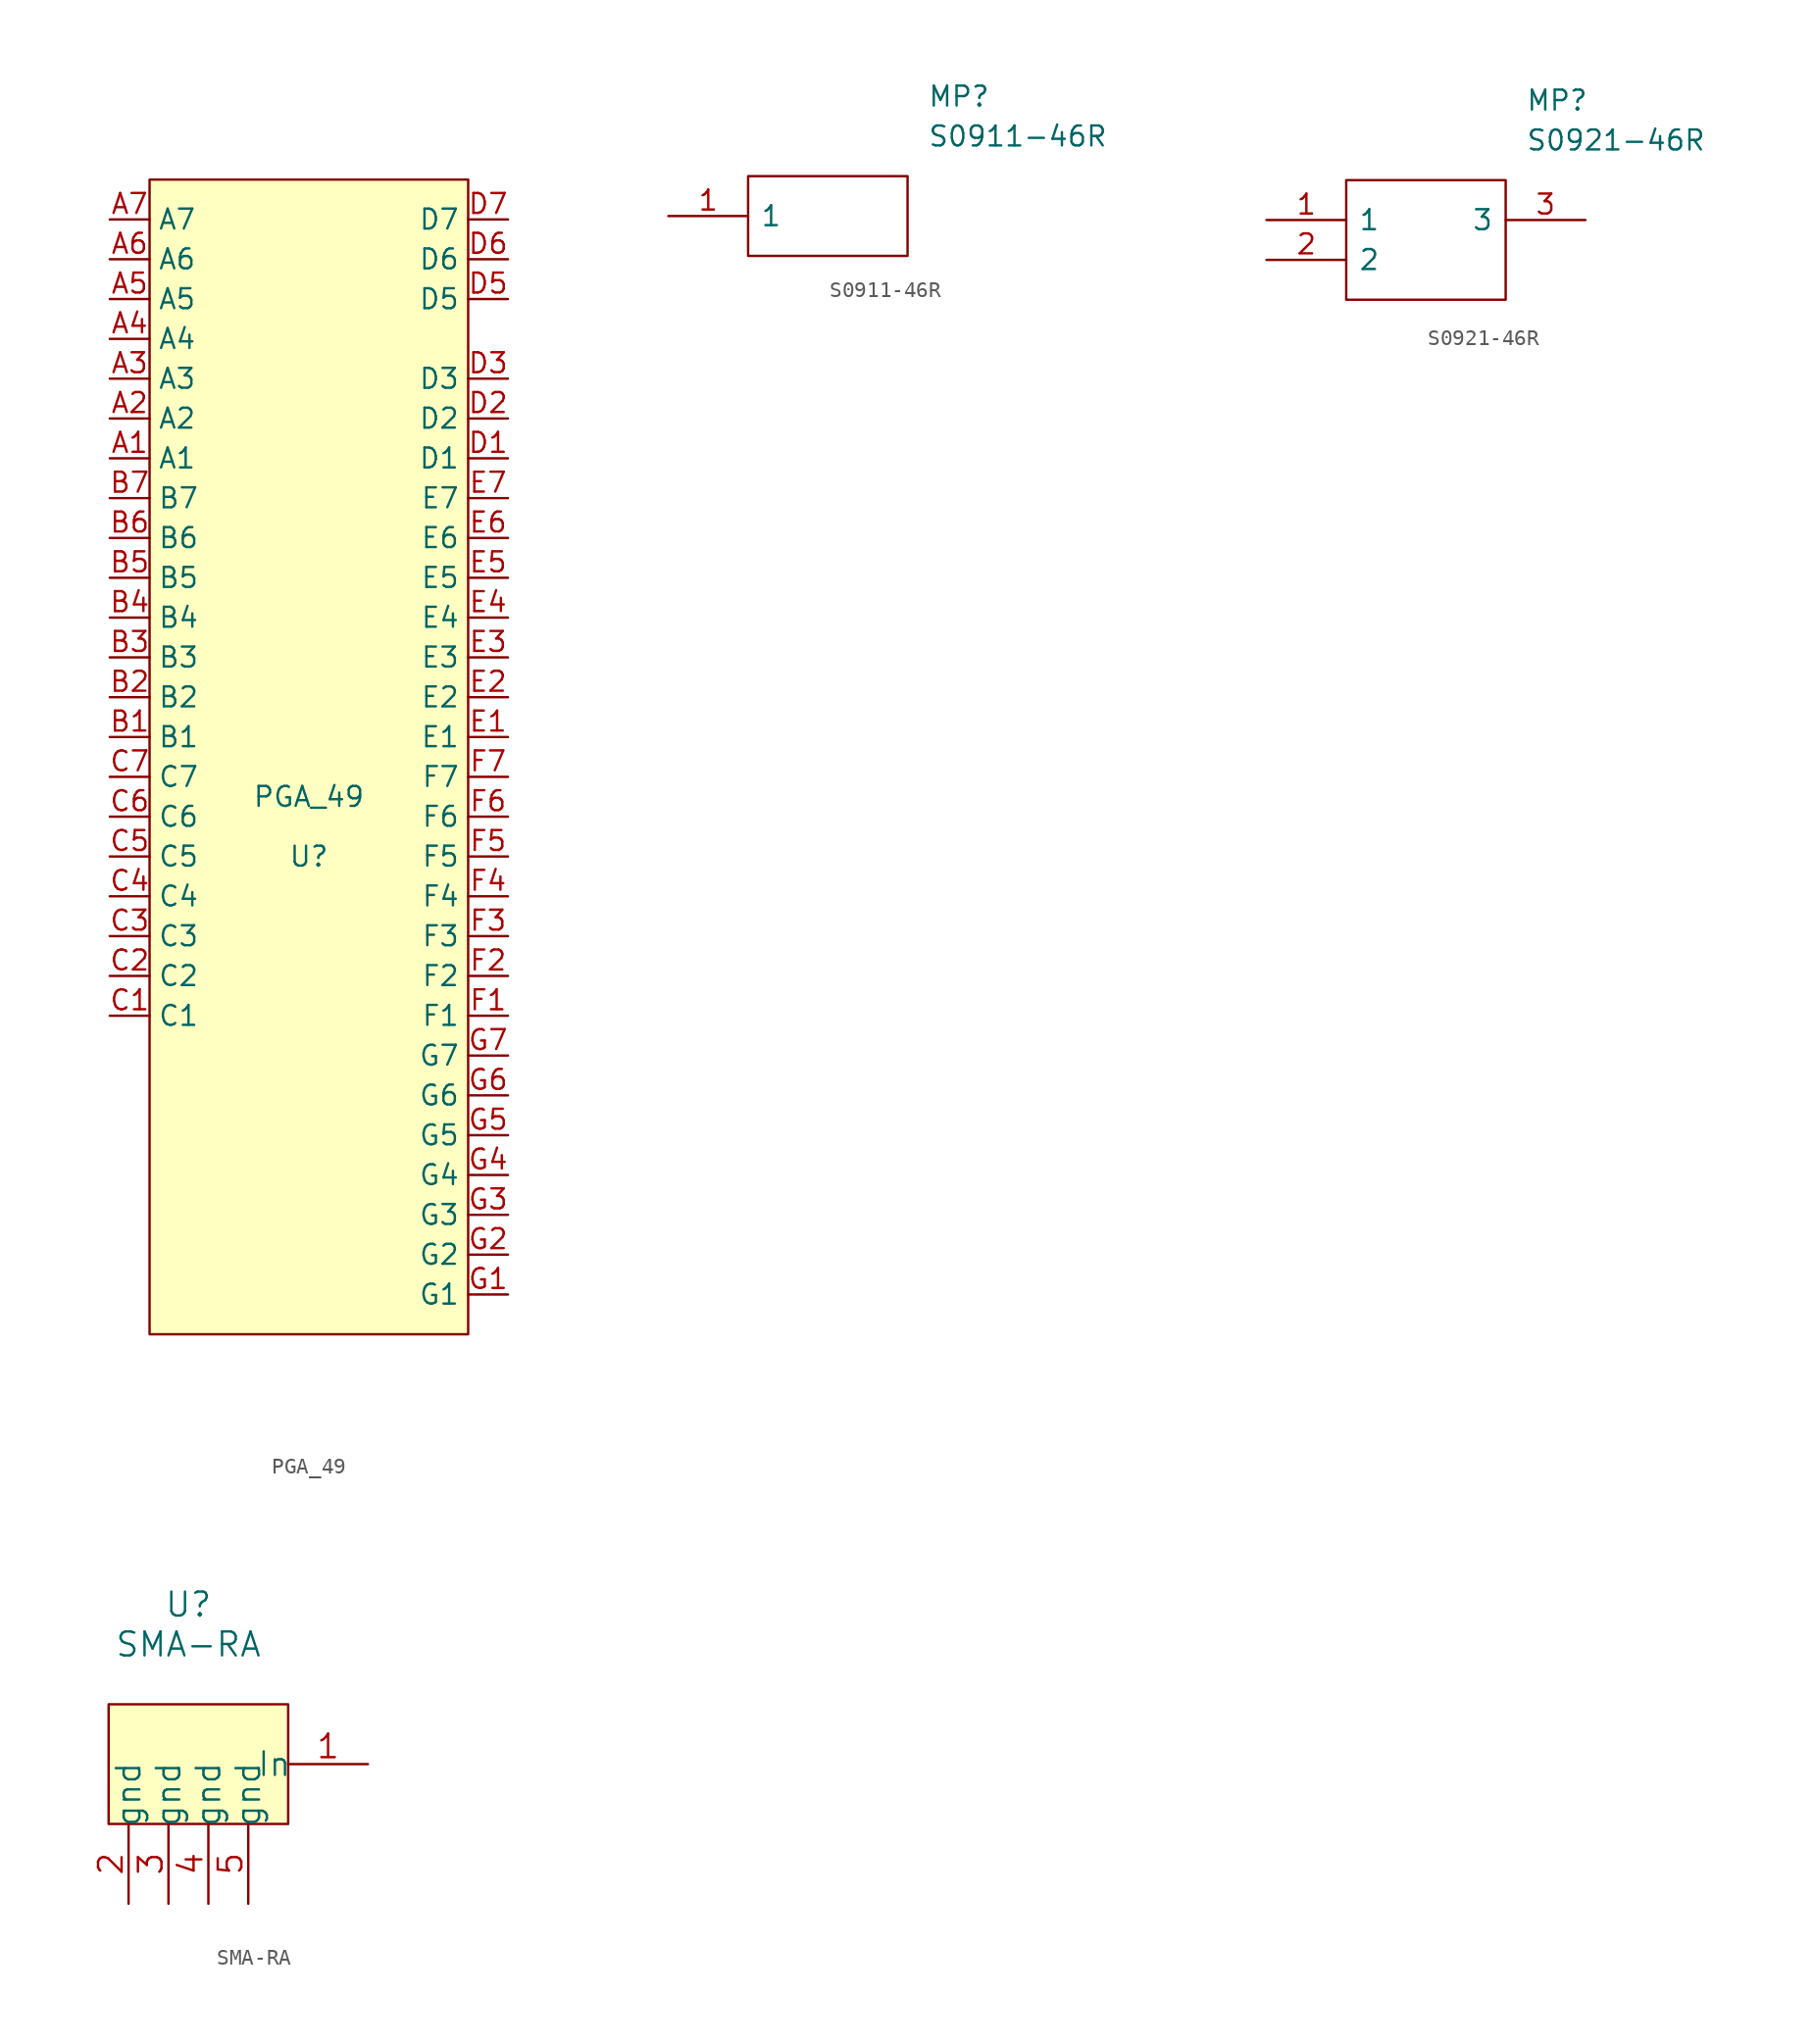
<source format=kicad_sym>
(kicad_symbol_lib
  (version 20211014)
  (generator kicad_symbol_editor)
  (symbol "PGA_49"
    (property "Reference" "U"
      (at 12.7 38.1 0)
      (effects (font (size 1.27 1.27))))
    (property "Value" "PGA_49"
      (at 12.7 41.91 0)
      (effects (font (size 1.27 1.27))))
    (symbol "PGA_49_0_0"
      (pin passive line (at 0 45.72 0) (length 2.54) (name "B1" (effects (font (size 1.27 1.27)))) (number "B1" (effects (font (size 1.27 1.27)))))
      (pin passive line (at 0 48.26 0) (length 2.54) (name "B2" (effects (font (size 1.27 1.27)))) (number "B2" (effects (font (size 1.27 1.27)))))
      (pin passive line (at 0 50.8 0) (length 2.54) (name "B3" (effects (font (size 1.27 1.27)))) (number "B3" (effects (font (size 1.27 1.27)))))
      (pin passive line (at 0 53.34 0) (length 2.54) (name "B4" (effects (font (size 1.27 1.27)))) (number "B4" (effects (font (size 1.27 1.27)))))
      (pin passive line (at 0 55.88 0) (length 2.54) (name "B5" (effects (font (size 1.27 1.27)))) (number "B5" (effects (font (size 1.27 1.27)))))
      (pin passive line (at 0 58.42 0) (length 2.54) (name "B6" (effects (font (size 1.27 1.27)))) (number "B6" (effects (font (size 1.27 1.27)))))
      (pin passive line (at 0 40.64 0) (length 2.54) (name "C6" (effects (font (size 1.27 1.27)))) (number "C6" (effects (font (size 1.27 1.27)))))
      (pin passive line (at 0 43.18 0) (length 2.54) (name "C7" (effects (font (size 1.27 1.27)))) (number "C7" (effects (font (size 1.27 1.27)))))
      (pin passive line (at 25.4 63.5 180) (length 2.54) (name "D1" (effects (font (size 1.27 1.27)))) (number "D1" (effects (font (size 1.27 1.27)))))
      (pin passive line (at 25.4 66.04 180) (length 2.54) (name "D2" (effects (font (size 1.27 1.27)))) (number "D2" (effects (font (size 1.27 1.27)))))
      (pin passive line (at 25.4 68.58 180) (length 2.54) (name "D3" (effects (font (size 1.27 1.27)))) (number "D3" (effects (font (size 1.27 1.27)))))
      (pin passive line (at 25.4 73.66 180) (length 2.54) (name "D5" (effects (font (size 1.27 1.27)))) (number "D5" (effects (font (size 1.27 1.27)))))
      (pin passive line (at 25.4 45.72 180) (length 2.54) (name "E1" (effects (font (size 1.27 1.27)))) (number "E1" (effects (font (size 1.27 1.27)))))
      (pin passive line (at 25.4 48.26 180) (length 2.54) (name "E2" (effects (font (size 1.27 1.27)))) (number "E2" (effects (font (size 1.27 1.27)))))
      (pin passive line (at 25.4 50.8 180) (length 2.54) (name "E3" (effects (font (size 1.27 1.27)))) (number "E3" (effects (font (size 1.27 1.27)))))
      (pin passive line (at 25.4 53.34 180) (length 2.54) (name "E4" (effects (font (size 1.27 1.27)))) (number "E4" (effects (font (size 1.27 1.27)))))
      (pin passive line (at 25.4 55.88 180) (length 2.54) (name "E5" (effects (font (size 1.27 1.27)))) (number "E5" (effects (font (size 1.27 1.27)))))
      (pin passive line (at 25.4 58.42 180) (length 2.54) (name "E6" (effects (font (size 1.27 1.27)))) (number "E6" (effects (font (size 1.27 1.27)))))
      (pin passive line (at 25.4 60.96 180) (length 2.54) (name "E7" (effects (font (size 1.27 1.27)))) (number "E7" (effects (font (size 1.27 1.27)))))
      (pin passive line (at 25.4 27.94 180) (length 2.54) (name "F1" (effects (font (size 1.27 1.27)))) (number "F1" (effects (font (size 1.27 1.27)))))
      (pin passive line (at 25.4 30.48 180) (length 2.54) (name "F2" (effects (font (size 1.27 1.27)))) (number "F2" (effects (font (size 1.27 1.27)))))
      (pin passive line (at 25.4 33.02 180) (length 2.54) (name "F3" (effects (font (size 1.27 1.27)))) (number "F3" (effects (font (size 1.27 1.27)))))
      (pin passive line (at 25.4 35.56 180) (length 2.54) (name "F4" (effects (font (size 1.27 1.27)))) (number "F4" (effects (font (size 1.27 1.27)))))
      (pin passive line (at 25.4 38.1 180) (length 2.54) (name "F5" (effects (font (size 1.27 1.27)))) (number "F5" (effects (font (size 1.27 1.27)))))
      (pin passive line (at 25.4 40.64 180) (length 2.54) (name "F6" (effects (font (size 1.27 1.27)))) (number "F6" (effects (font (size 1.27 1.27)))))
      (pin passive line (at 25.4 43.18 180) (length 2.54) (name "F7" (effects (font (size 1.27 1.27)))) (number "F7" (effects (font (size 1.27 1.27)))))
      (pin passive line (at 25.4 22.86 180) (length 2.54) (name "G6" (effects (font (size 1.27 1.27)))) (number "G6" (effects (font (size 1.27 1.27)))))
      (pin passive line (at 25.4 25.4 180) (length 2.54) (name "G7" (effects (font (size 1.27 1.27)))) (number "G7" (effects (font (size 1.27 1.27))))))
    (symbol "PGA_49_0_1"
      (rectangle (start 2.54 81.28) (end 22.86 7.62) (stroke (width 0.152) (type default) (color 0 0 0 0)) (fill (type background))))
    (symbol "PGA_49_1_1"
      (pin passive line (at 0 63.5 0) (length 2.54) (name "A1" (effects (font (size 1.27 1.27)))) (number "A1" (effects (font (size 1.27 1.27)))))
      (pin passive line (at 0 66.04 0) (length 2.54) (name "A2" (effects (font (size 1.27 1.27)))) (number "A2" (effects (font (size 1.27 1.27)))))
      (pin passive line (at 0 68.58 0) (length 2.54) (name "A3" (effects (font (size 1.27 1.27)))) (number "A3" (effects (font (size 1.27 1.27)))))
      (pin passive line (at 0 71.12 0) (length 2.54) (name "A4" (effects (font (size 1.27 1.27)))) (number "A4" (effects (font (size 1.27 1.27)))))
      (pin passive line (at 0 73.66 0) (length 2.54) (name "A5" (effects (font (size 1.27 1.27)))) (number "A5" (effects (font (size 1.27 1.27)))))
      (pin passive line (at 0 76.2 0) (length 2.54) (name "A6" (effects (font (size 1.27 1.27)))) (number "A6" (effects (font (size 1.27 1.27)))))
      (pin passive line (at 0 78.74 0) (length 2.54) (name "A7" (effects (font (size 1.27 1.27)))) (number "A7" (effects (font (size 1.27 1.27)))))
      (pin passive line (at 0 60.96 0) (length 2.54) (name "B7" (effects (font (size 1.27 1.27)))) (number "B7" (effects (font (size 1.27 1.27)))))
      (pin passive line (at 0 27.94 0) (length 2.54) (name "C1" (effects (font (size 1.27 1.27)))) (number "C1" (effects (font (size 1.27 1.27)))))
      (pin passive line (at 0 30.48 0) (length 2.54) (name "C2" (effects (font (size 1.27 1.27)))) (number "C2" (effects (font (size 1.27 1.27)))))
      (pin passive line (at 0 33.02 0) (length 2.54) (name "C3" (effects (font (size 1.27 1.27)))) (number "C3" (effects (font (size 1.27 1.27)))))
      (pin passive line (at 0 35.56 0) (length 2.54) (name "C4" (effects (font (size 1.27 1.27)))) (number "C4" (effects (font (size 1.27 1.27)))))
      (pin passive line (at 0 38.1 0) (length 2.54) (name "C5" (effects (font (size 1.27 1.27)))) (number "C5" (effects (font (size 1.27 1.27)))))
      (pin passive line (at 25.4 76.2 180) (length 2.54) (name "D6" (effects (font (size 1.27 1.27)))) (number "D6" (effects (font (size 1.27 1.27)))))
      (pin passive line (at 25.4 78.74 180) (length 2.54) (name "D7" (effects (font (size 1.27 1.27)))) (number "D7" (effects (font (size 1.27 1.27)))))
      (pin passive line (at 25.4 10.16 180) (length 2.54) (name "G1" (effects (font (size 1.27 1.27)))) (number "G1" (effects (font (size 1.27 1.27)))))
      (pin passive line (at 25.4 12.7 180) (length 2.54) (name "G2" (effects (font (size 1.27 1.27)))) (number "G2" (effects (font (size 1.27 1.27)))))
      (pin passive line (at 25.4 15.24 180) (length 2.54) (name "G3" (effects (font (size 1.27 1.27)))) (number "G3" (effects (font (size 1.27 1.27)))))
      (pin passive line (at 25.4 17.78 180) (length 2.54) (name "G4" (effects (font (size 1.27 1.27)))) (number "G4" (effects (font (size 1.27 1.27)))))
      (pin passive line (at 25.4 20.32 180) (length 2.54) (name "G5" (effects (font (size 1.27 1.27)))) (number "G5" (effects (font (size 1.27 1.27)))))))
  (symbol "S0911-46R"
    (pin_names
      (offset 0.762))
    (property "Reference" "MP"
      (at 16.51 7.62 0)
      (effects (font (size 1.27 1.27)) (justify left)))
    (property "Value" "S0911-46R"
      (at 16.51 5.08 0)
      (effects (font (size 1.27 1.27)) (justify left)))
    (symbol "S0911-46R_0_0"
      (pin passive line (at 0 0 0) (length 5.08) (name "1" (effects (font (size 1.27 1.27)))) (number "1" (effects (font (size 1.27 1.27))))))
    (symbol "S0911-46R_0_1"
      (polyline (pts (xy 5.08 2.54) (xy 15.24 2.54) (xy 15.24 -2.54) (xy 5.08 -2.54) (xy 5.08 2.54)) (stroke (width 0.152) (type default) (color 0 0 0 0)) (fill (type none)))))
  (symbol "S0921-46R"
    (pin_names
      (offset 0.762))
    (property "Reference" "MP"
      (at 16.51 7.62 0)
      (effects (font (size 1.27 1.27)) (justify left)))
    (property "Value" "S0921-46R"
      (at 16.51 5.08 0)
      (effects (font (size 1.27 1.27)) (justify left)))
    (symbol "S0921-46R_0_0"
      (pin passive line (at 0 0 0) (length 5.08) (name "1" (effects (font (size 1.27 1.27)))) (number "1" (effects (font (size 1.27 1.27)))))
      (pin passive line (at 0 -2.54 0) (length 5.08) (name "2" (effects (font (size 1.27 1.27)))) (number "2" (effects (font (size 1.27 1.27)))))
      (pin passive line (at 20.32 0 180) (length 5.08) (name "3" (effects (font (size 1.27 1.27)))) (number "3" (effects (font (size 1.27 1.27))))))
    (symbol "S0921-46R_0_1"
      (polyline (pts (xy 5.08 2.54) (xy 15.24 2.54) (xy 15.24 -5.08) (xy 5.08 -5.08) (xy 5.08 2.54)) (stroke (width 0.152) (type default) (color 0 0 0 0)) (fill (type none)))))
  (symbol "SMA-RA"
    (pin_names
      (offset -0.254))
    (property "Reference" "U"
      (at -13.97 13.97 0)
      (effects (font (size 1.524 1.524))))
    (property "Value" "SMA-RA"
      (at -13.97 11.43 0)
      (effects (font (size 1.524 1.524))))
    (property "Datasheet" ""
      (at 0 0 0)
      (effects (font (size 1.524 1.524))))
    (property "ki_locked" ""
      (at 0 0 0)
      (effects (font (size 1.27 1.27))))
    (symbol "SMA-RA_1_1"
      (rectangle (start -19.05 0) (end -7.62 7.62) (stroke (width 0) (type default) (color 0 0 0 0)) (fill (type background)))
      (pin bidirectional line (at -2.54 3.81 180) (length 5.08) (name "In" (effects (font (size 1.499 1.499)))) (number "1" (effects (font (size 1.499 1.499)))))
      (pin power_in line (at -17.78 -5.08 90) (length 5.08) (name "gnd" (effects (font (size 1.499 1.499)))) (number "2" (effects (font (size 1.499 1.499)))))
      (pin power_in line (at -15.24 -5.08 90) (length 5.08) (name "gnd" (effects (font (size 1.499 1.499)))) (number "3" (effects (font (size 1.499 1.499)))))
      (pin power_in line (at -12.7 -5.08 90) (length 5.08) (name "gnd" (effects (font (size 1.499 1.499)))) (number "4" (effects (font (size 1.499 1.499)))))
      (pin power_in line (at -10.16 -5.08 90) (length 5.08) (name "gnd" (effects (font (size 1.499 1.499)))) (number "5" (effects (font (size 1.499 1.499))))))))
</source>
